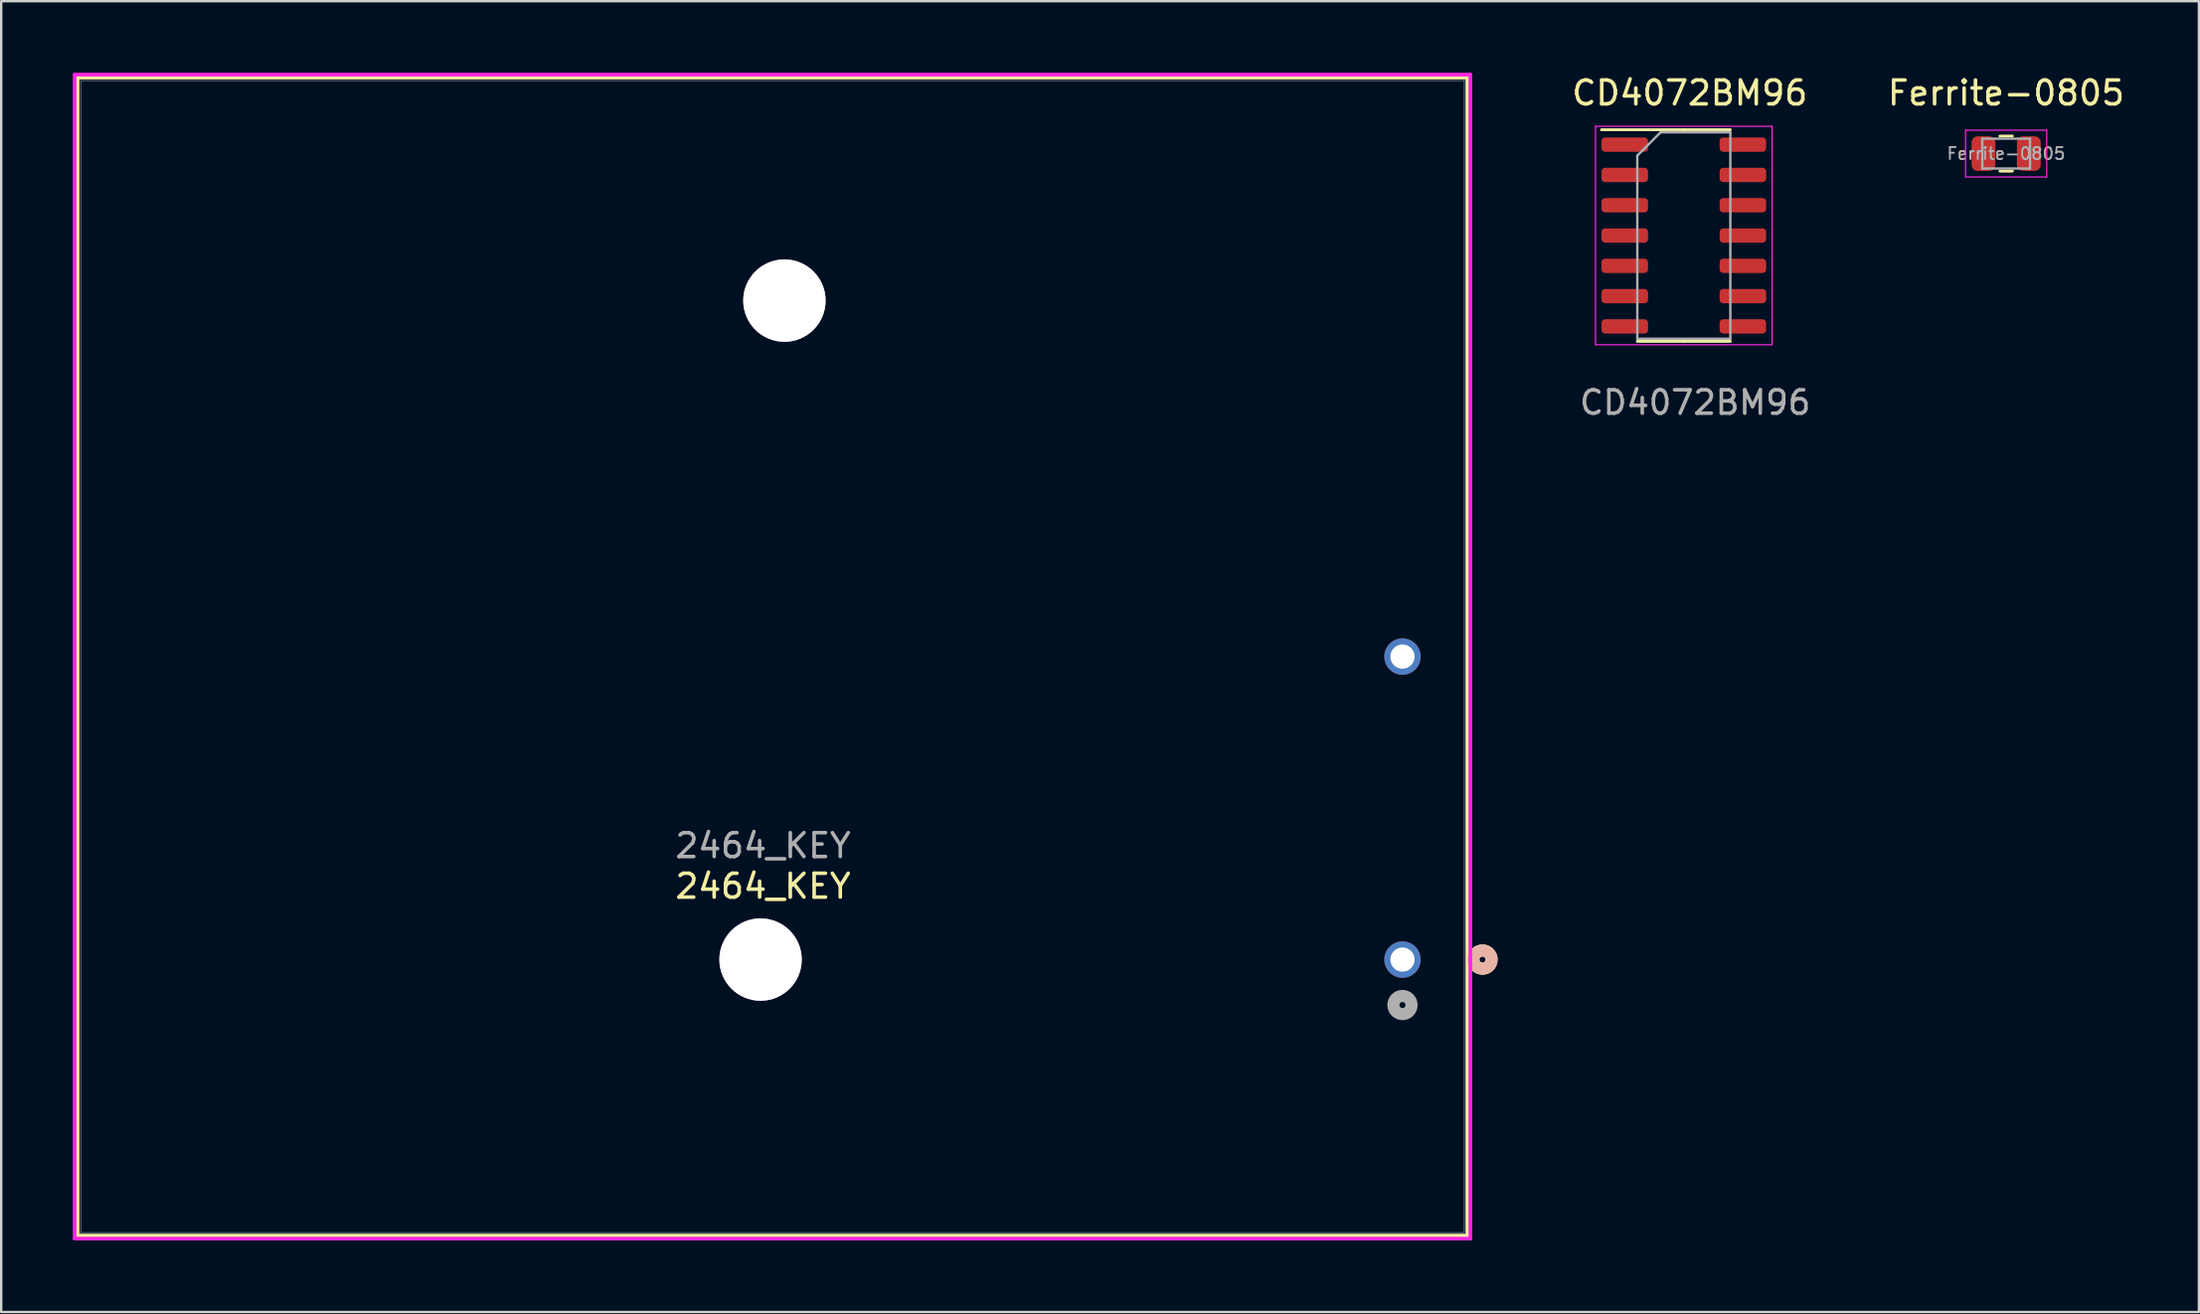
<source format=kicad_pcb>
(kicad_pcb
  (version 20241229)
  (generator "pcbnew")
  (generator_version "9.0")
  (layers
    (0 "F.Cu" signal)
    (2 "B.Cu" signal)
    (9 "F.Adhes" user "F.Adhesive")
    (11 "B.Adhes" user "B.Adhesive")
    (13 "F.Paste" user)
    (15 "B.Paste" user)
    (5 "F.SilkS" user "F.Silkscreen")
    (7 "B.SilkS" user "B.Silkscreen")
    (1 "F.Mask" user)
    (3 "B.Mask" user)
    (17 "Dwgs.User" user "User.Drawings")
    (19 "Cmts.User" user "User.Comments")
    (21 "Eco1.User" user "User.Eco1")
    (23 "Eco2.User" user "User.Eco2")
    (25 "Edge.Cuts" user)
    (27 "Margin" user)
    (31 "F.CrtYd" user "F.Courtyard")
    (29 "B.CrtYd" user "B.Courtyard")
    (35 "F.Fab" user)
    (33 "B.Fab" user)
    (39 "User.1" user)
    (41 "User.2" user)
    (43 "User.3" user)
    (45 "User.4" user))
  (footprint "Ferrite-0805"
    (layer "F.Cu")
    (at 81.028 3.388)
    (property "Reference" "Ferrite-0805" (at 0 -2.54 0) (unlocked yes) (layer "F.SilkS") (effects (font (size 1 1) (thickness 0.15))))
    (attr smd)
    (fp_line (start -0.261 -0.735) (end 0.261 -0.735) (stroke (width 0.12) (type solid)) (layer "F.SilkS"))
    (fp_line (start -0.261 0.735) (end 0.261 0.735) (stroke (width 0.12) (type solid)) (layer "F.SilkS"))
    (fp_line (start -1.7 -0.98) (end 1.7 -0.98) (stroke (width 0.05) (type solid)) (layer "F.CrtYd"))
    (fp_line (start -1.7 0.98) (end -1.7 -0.98) (stroke (width 0.05) (type solid)) (layer "F.CrtYd"))
    (fp_line (start 1.7 -0.98) (end 1.7 0.98) (stroke (width 0.05) (type solid)) (layer "F.CrtYd"))
    (fp_line (start 1.7 0.98) (end -1.7 0.98) (stroke (width 0.05) (type solid)) (layer "F.CrtYd"))
    (fp_line (start -1 -0.625) (end 1 -0.625) (stroke (width 0.1) (type solid)) (layer "F.Fab"))
    (fp_line (start -1 0.625) (end -1 -0.625) (stroke (width 0.1) (type solid)) (layer "F.Fab"))
    (fp_line (start 1 -0.625) (end 1 0.625) (stroke (width 0.1) (type solid)) (layer "F.Fab"))
    (fp_line (start 1 0.625) (end -1 0.625) (stroke (width 0.1) (type solid)) (layer "F.Fab"))
    (fp_text user "${REFERENCE}" (at 0 0 0) (layer "F.Fab") (effects (font (size 0.5 0.5) (thickness 0.08))))
    (pad "1" smd roundrect (at -0.95 0) (size 1 1.45) (layers "F.Cu" "F.Mask" "F.Paste") (roundrect_rratio 0.25))
    (pad "2" smd roundrect (at 0.95 0) (size 1 1.45) (layers "F.Cu" "F.Mask" "F.Paste") (roundrect_rratio 0.25)))
  (footprint "2464_KEY"
    (layer "F.Cu")
    (at 55.728 37.173)
    (property "Reference" "2464_KEY" (at -26.8 -3.075 0) (unlocked yes) (layer "F.SilkS") (effects (font (size 1 1) (thickness 0.15))))
    (attr through_hole)
    (fp_line (start -55.524 -36.97) (end -55.524 11.57) (stroke (width 0.152) (type solid)) (layer "F.SilkS"))
    (fp_line (start -55.524 11.57) (end 2.718 11.57) (stroke (width 0.152) (type solid)) (layer "F.SilkS"))
    (fp_line (start 2.718 -36.97) (end -55.524 -36.97) (stroke (width 0.152) (type solid)) (layer "F.SilkS"))
    (fp_line (start 2.718 11.57) (end 2.718 -36.97) (stroke (width 0.152) (type solid)) (layer "F.SilkS"))
    (fp_circle (center 3.353 0) (end 3.734 0) (stroke (width 0.508) (type solid)) (fill no) (layer "F.SilkS"))
    (fp_circle (center 3.353 0) (end 3.734 0) (stroke (width 0.508) (type solid)) (fill no) (layer "B.SilkS"))
    (fp_line (start -55.651 -37.097) (end -55.651 11.697) (stroke (width 0.152) (type solid)) (layer "F.CrtYd"))
    (fp_line (start -55.651 11.697) (end 2.845 11.697) (stroke (width 0.152) (type solid)) (layer "F.CrtYd"))
    (fp_line (start 2.845 -37.097) (end -55.651 -37.097) (stroke (width 0.152) (type solid)) (layer "F.CrtYd"))
    (fp_line (start 2.845 11.697) (end 2.845 -37.097) (stroke (width 0.152) (type solid)) (layer "F.CrtYd"))
    (fp_line (start -55.397 -36.843) (end -55.397 11.443) (stroke (width 0.025) (type solid)) (layer "F.Fab"))
    (fp_line (start -55.397 11.443) (end 2.591 11.443) (stroke (width 0.025) (type solid)) (layer "F.Fab"))
    (fp_line (start 2.591 -36.843) (end -55.397 -36.843) (stroke (width 0.025) (type solid)) (layer "F.Fab"))
    (fp_line (start 2.591 11.443) (end 2.591 -36.843) (stroke (width 0.025) (type solid)) (layer "F.Fab"))
    (fp_circle (center 0 1.905) (end 0.381 1.905) (stroke (width 0.508) (type solid)) (fill no) (layer "F.Fab"))
    (fp_text user "${REFERENCE}" (at -26.8 -4.775 0) (unlocked yes) (layer "F.Fab") (effects (font (size 1 1) (thickness 0.15))))
    (pad "1" thru_hole circle (at 0 0) (size 1.524 1.524) (drill 1.016) (layers "*.Cu" "*.Mask"))
    (pad "2" thru_hole circle (at 0 -12.7) (size 1.524 1.524) (drill 1.016) (layers "*.Cu" "*.Mask"))
    (pad "3" thru_hole circle (at -25.903 -27.622) (size 3.454 3.454) (drill 3.454) (layers "*.Cu" "*.Mask"))
    (pad "4" thru_hole circle (at -26.903 0) (size 3.454 3.454) (drill 3.454) (layers "*.Cu" "*.Mask")))
  (footprint "CD4072BM96"
    (layer "F.Cu")
    (at 67.669 6.573)
    (property "Reference" "CD4072BM96" (at 0.1 -5.725 0) (unlocked yes) (layer "F.SilkS") (effects (font (size 1 1) (thickness 0.15))))
    (attr smd)
    (fp_line (start -0.15 -4.185) (end -3.6 -4.185) (stroke (width 0.12) (type solid)) (layer "F.SilkS"))
    (fp_line (start -0.15 -4.185) (end 1.8 -4.185) (stroke (width 0.12) (type solid)) (layer "F.SilkS"))
    (fp_line (start -0.15 4.685) (end -2.1 4.685) (stroke (width 0.12) (type solid)) (layer "F.SilkS"))
    (fp_line (start -0.15 4.685) (end 1.8 4.685) (stroke (width 0.12) (type solid)) (layer "F.SilkS"))
    (fp_line (start -3.85 -4.33) (end -3.85 4.83) (stroke (width 0.05) (type solid)) (layer "F.CrtYd"))
    (fp_line (start -3.85 4.83) (end 3.55 4.83) (stroke (width 0.05) (type solid)) (layer "F.CrtYd"))
    (fp_line (start 3.55 -4.33) (end -3.85 -4.33) (stroke (width 0.05) (type solid)) (layer "F.CrtYd"))
    (fp_line (start 3.55 4.83) (end 3.55 -4.33) (stroke (width 0.05) (type solid)) (layer "F.CrtYd"))
    (fp_line (start -2.1 -3.1) (end -1.125 -4.075) (stroke (width 0.1) (type solid)) (layer "F.Fab"))
    (fp_line (start -2.1 4.575) (end -2.1 -3.1) (stroke (width 0.1) (type solid)) (layer "F.Fab"))
    (fp_line (start -1.125 -4.075) (end 1.8 -4.075) (stroke (width 0.1) (type solid)) (layer "F.Fab"))
    (fp_line (start 1.8 -4.075) (end 1.8 4.575) (stroke (width 0.1) (type solid)) (layer "F.Fab"))
    (fp_line (start 1.8 4.575) (end -2.1 4.575) (stroke (width 0.1) (type solid)) (layer "F.Fab"))
    (fp_text user "${REFERENCE}" (at 0.325 7.25 0) (layer "F.Fab") (effects (font (size 0.98 0.98) (thickness 0.15))))
    (pad "1" smd roundrect (at -2.625 -3.56) (size 1.95 0.6) (layers "F.Cu" "F.Mask" "F.Paste") (roundrect_rratio 0.25))
    (pad "2" smd roundrect (at -2.625 -2.29) (size 1.95 0.6) (layers "F.Cu" "F.Mask" "F.Paste") (roundrect_rratio 0.25))
    (pad "3" smd roundrect (at -2.625 -1.02) (size 1.95 0.6) (layers "F.Cu" "F.Mask" "F.Paste") (roundrect_rratio 0.25))
    (pad "4" smd roundrect (at -2.625 0.25) (size 1.95 0.6) (layers "F.Cu" "F.Mask" "F.Paste") (roundrect_rratio 0.25))
    (pad "5" smd roundrect (at -2.625 1.52) (size 1.95 0.6) (layers "F.Cu" "F.Mask" "F.Paste") (roundrect_rratio 0.25))
    (pad "6" smd roundrect (at -2.625 2.79) (size 1.95 0.6) (layers "F.Cu" "F.Mask" "F.Paste") (roundrect_rratio 0.25))
    (pad "7" smd roundrect (at -2.625 4.06) (size 1.95 0.6) (layers "F.Cu" "F.Mask" "F.Paste") (roundrect_rratio 0.25))
    (pad "8" smd roundrect (at 2.325 4.06) (size 1.95 0.6) (layers "F.Cu" "F.Mask" "F.Paste") (roundrect_rratio 0.25))
    (pad "9" smd roundrect (at 2.325 2.79) (size 1.95 0.6) (layers "F.Cu" "F.Mask" "F.Paste") (roundrect_rratio 0.25))
    (pad "10" smd roundrect (at 2.325 1.52) (size 1.95 0.6) (layers "F.Cu" "F.Mask" "F.Paste") (roundrect_rratio 0.25))
    (pad "11" smd roundrect (at 2.325 0.25) (size 1.95 0.6) (layers "F.Cu" "F.Mask" "F.Paste") (roundrect_rratio 0.25))
    (pad "12" smd roundrect (at 2.325 -1.02) (size 1.95 0.6) (layers "F.Cu" "F.Mask" "F.Paste") (roundrect_rratio 0.25))
    (pad "13" smd roundrect (at 2.325 -2.29) (size 1.95 0.6) (layers "F.Cu" "F.Mask" "F.Paste") (roundrect_rratio 0.25))
    (pad "14" smd roundrect (at 2.325 -3.56) (size 1.95 0.6) (layers "F.Cu" "F.Mask" "F.Paste") (roundrect_rratio 0.25)))
  (gr_rect
    (start -3 -3)
    (end 89.106 51.946)
    (stroke (width 0.1) (type default))
    (fill no)
    (layer "Edge.Cuts")))
</source>
